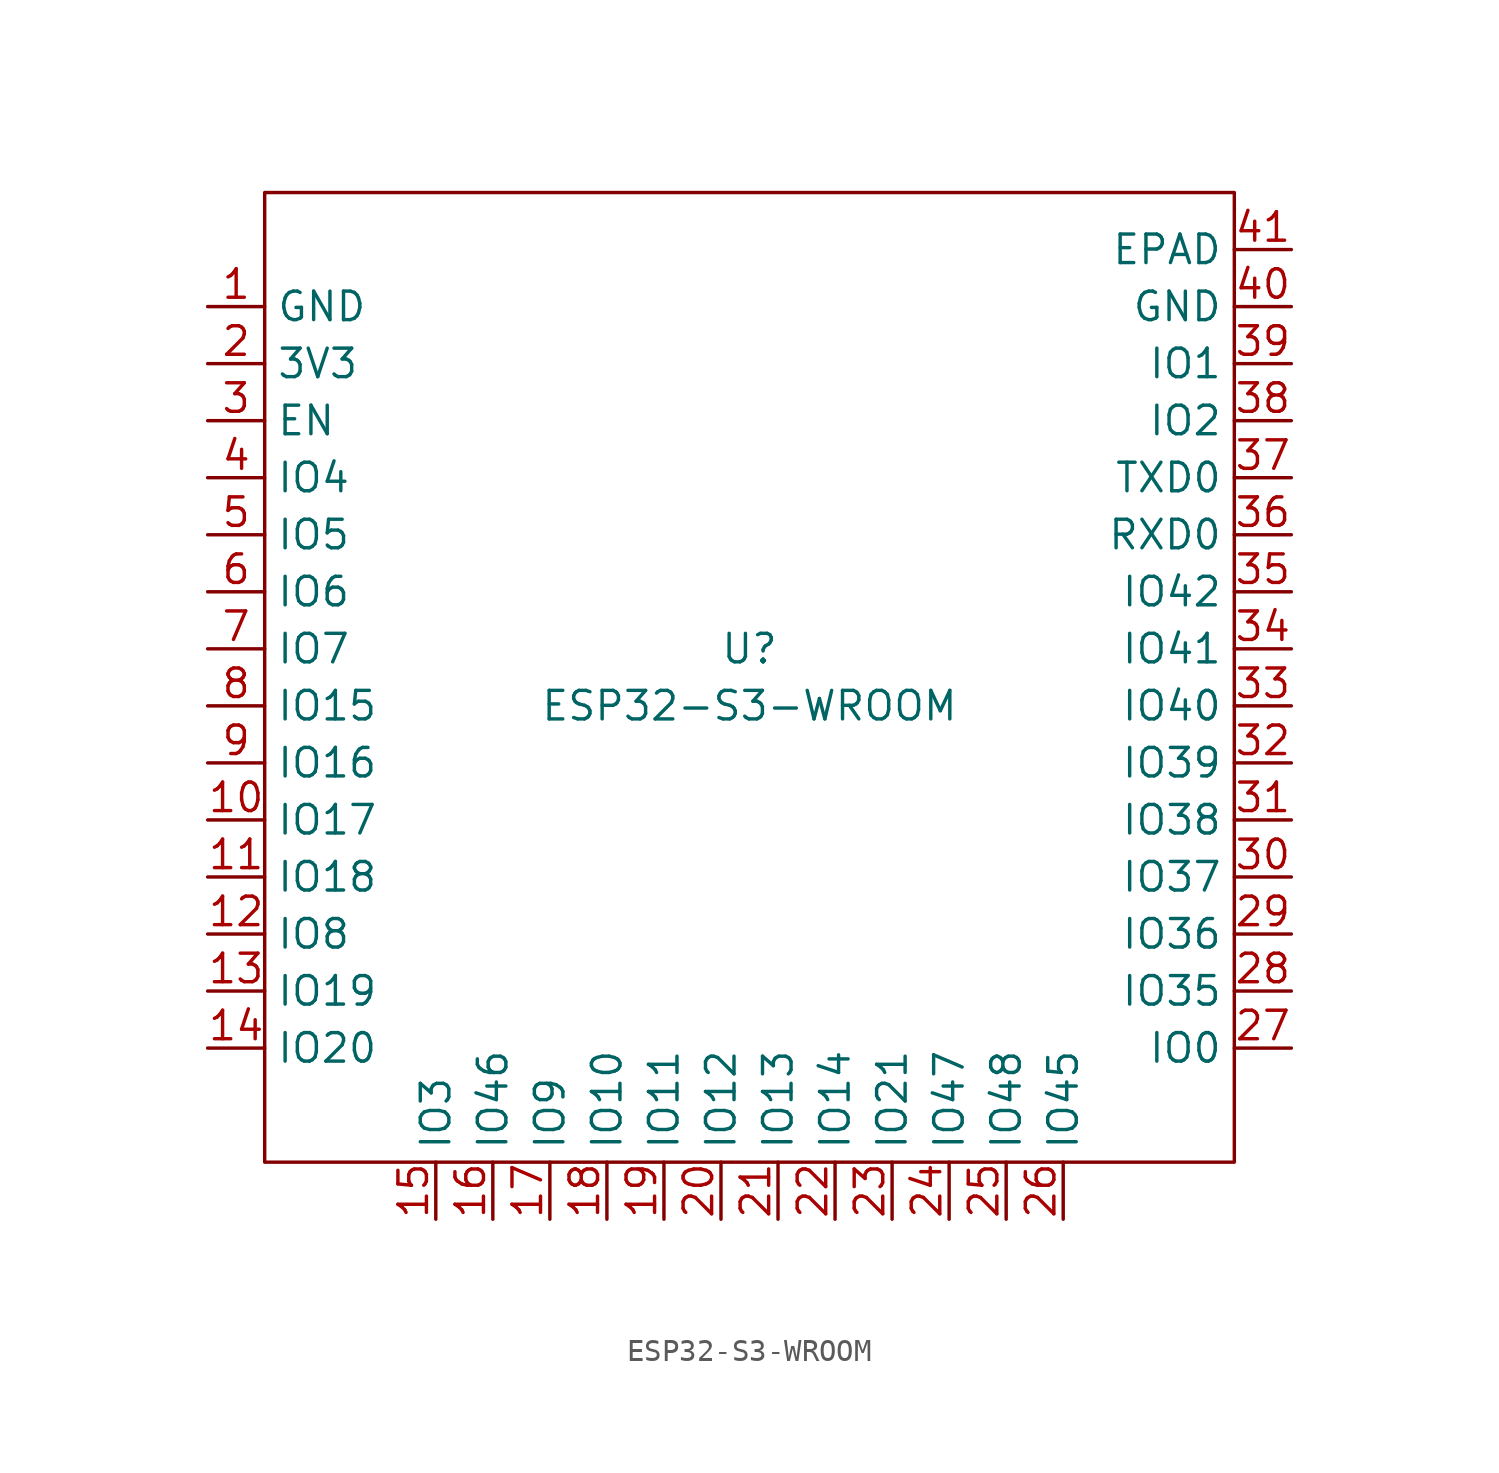
<source format=kicad_sym>
(kicad_symbol_lib
  (version 20211014)
  (generator kicad_symbol_editor)
  (symbol "ESP32-S3-WROOM"
    (property "Reference" "U"
      (at 0 1.27 0)
      (effects (font (size 1.27 1.27))))
    (property "Value" "ESP32-S3-WROOM"
      (at 0 -1.27 0)
      (effects (font (size 1.27 1.27))))
    (symbol "ESP32-S3-WROOM_0_0"
      (pin power_in line (at -24.13 16.51 0) (length 2.54) (name "GND" (effects (font (size 1.27 1.27)))) (number "1" (effects (font (size 1.27 1.27)))))
      (pin bidirectional line (at -24.13 -6.35 0) (length 2.54) (name "IO17" (effects (font (size 1.27 1.27)))) (number "10" (effects (font (size 1.27 1.27)))))
      (pin bidirectional line (at -24.13 -8.89 0) (length 2.54) (name "IO18" (effects (font (size 1.27 1.27)))) (number "11" (effects (font (size 1.27 1.27)))))
      (pin bidirectional line (at -24.13 -11.43 0) (length 2.54) (name "IO8" (effects (font (size 1.27 1.27)))) (number "12" (effects (font (size 1.27 1.27)))))
      (pin bidirectional line (at -24.13 -13.97 0) (length 2.54) (name "IO19" (effects (font (size 1.27 1.27)))) (number "13" (effects (font (size 1.27 1.27)))))
      (pin bidirectional line (at -24.13 -16.51 0) (length 2.54) (name "IO20" (effects (font (size 1.27 1.27)))) (number "14" (effects (font (size 1.27 1.27)))))
      (pin bidirectional line (at -13.97 -24.13 90) (length 2.54) (name "IO3" (effects (font (size 1.27 1.27)))) (number "15" (effects (font (size 1.27 1.27)))))
      (pin bidirectional line (at -11.43 -24.13 90) (length 2.54) (name "IO46" (effects (font (size 1.27 1.27)))) (number "16" (effects (font (size 1.27 1.27)))))
      (pin bidirectional line (at -8.89 -24.13 90) (length 2.54) (name "IO9" (effects (font (size 1.27 1.27)))) (number "17" (effects (font (size 1.27 1.27)))))
      (pin bidirectional line (at -6.35 -24.13 90) (length 2.54) (name "IO10" (effects (font (size 1.27 1.27)))) (number "18" (effects (font (size 1.27 1.27)))))
      (pin bidirectional line (at -3.81 -24.13 90) (length 2.54) (name "IO11" (effects (font (size 1.27 1.27)))) (number "19" (effects (font (size 1.27 1.27)))))
      (pin power_in line (at -24.13 13.97 0) (length 2.54) (name "3V3" (effects (font (size 1.27 1.27)))) (number "2" (effects (font (size 1.27 1.27)))))
      (pin bidirectional line (at -1.27 -24.13 90) (length 2.54) (name "IO12" (effects (font (size 1.27 1.27)))) (number "20" (effects (font (size 1.27 1.27)))))
      (pin bidirectional line (at 1.27 -24.13 90) (length 2.54) (name "IO13" (effects (font (size 1.27 1.27)))) (number "21" (effects (font (size 1.27 1.27)))))
      (pin bidirectional line (at 3.81 -24.13 90) (length 2.54) (name "IO14" (effects (font (size 1.27 1.27)))) (number "22" (effects (font (size 1.27 1.27)))))
      (pin bidirectional line (at 6.35 -24.13 90) (length 2.54) (name "IO21" (effects (font (size 1.27 1.27)))) (number "23" (effects (font (size 1.27 1.27)))))
      (pin bidirectional line (at 8.89 -24.13 90) (length 2.54) (name "IO47" (effects (font (size 1.27 1.27)))) (number "24" (effects (font (size 1.27 1.27)))))
      (pin bidirectional line (at 11.43 -24.13 90) (length 2.54) (name "IO48" (effects (font (size 1.27 1.27)))) (number "25" (effects (font (size 1.27 1.27)))))
      (pin bidirectional line (at 13.97 -24.13 90) (length 2.54) (name "IO45" (effects (font (size 1.27 1.27)))) (number "26" (effects (font (size 1.27 1.27)))))
      (pin bidirectional line (at 24.13 -16.51 180) (length 2.54) (name "IO0" (effects (font (size 1.27 1.27)))) (number "27" (effects (font (size 1.27 1.27)))))
      (pin bidirectional line (at 24.13 -13.97 180) (length 2.54) (name "IO35" (effects (font (size 1.27 1.27)))) (number "28" (effects (font (size 1.27 1.27)))))
      (pin bidirectional line (at 24.13 -11.43 180) (length 2.54) (name "IO36" (effects (font (size 1.27 1.27)))) (number "29" (effects (font (size 1.27 1.27)))))
      (pin input line (at -24.13 11.43 0) (length 2.54) (name "EN" (effects (font (size 1.27 1.27)))) (number "3" (effects (font (size 1.27 1.27)))))
      (pin bidirectional line (at 24.13 -8.89 180) (length 2.54) (name "IO37" (effects (font (size 1.27 1.27)))) (number "30" (effects (font (size 1.27 1.27)))))
      (pin bidirectional line (at 24.13 -6.35 180) (length 2.54) (name "IO38" (effects (font (size 1.27 1.27)))) (number "31" (effects (font (size 1.27 1.27)))))
      (pin bidirectional line (at 24.13 -3.81 180) (length 2.54) (name "IO39" (effects (font (size 1.27 1.27)))) (number "32" (effects (font (size 1.27 1.27)))))
      (pin bidirectional line (at 24.13 -1.27 180) (length 2.54) (name "IO40" (effects (font (size 1.27 1.27)))) (number "33" (effects (font (size 1.27 1.27)))))
      (pin bidirectional line (at 24.13 1.27 180) (length 2.54) (name "IO41" (effects (font (size 1.27 1.27)))) (number "34" (effects (font (size 1.27 1.27)))))
      (pin bidirectional line (at 24.13 3.81 180) (length 2.54) (name "IO42" (effects (font (size 1.27 1.27)))) (number "35" (effects (font (size 1.27 1.27)))))
      (pin bidirectional line (at 24.13 6.35 180) (length 2.54) (name "RXD0" (effects (font (size 1.27 1.27)))) (number "36" (effects (font (size 1.27 1.27)))))
      (pin bidirectional line (at 24.13 8.89 180) (length 2.54) (name "TXD0" (effects (font (size 1.27 1.27)))) (number "37" (effects (font (size 1.27 1.27)))))
      (pin bidirectional line (at 24.13 11.43 180) (length 2.54) (name "IO2" (effects (font (size 1.27 1.27)))) (number "38" (effects (font (size 1.27 1.27)))))
      (pin bidirectional line (at 24.13 13.97 180) (length 2.54) (name "IO1" (effects (font (size 1.27 1.27)))) (number "39" (effects (font (size 1.27 1.27)))))
      (pin bidirectional line (at -24.13 8.89 0) (length 2.54) (name "IO4" (effects (font (size 1.27 1.27)))) (number "4" (effects (font (size 1.27 1.27)))))
      (pin power_in line (at 24.13 16.51 180) (length 2.54) (name "GND" (effects (font (size 1.27 1.27)))) (number "40" (effects (font (size 1.27 1.27)))))
      (pin power_in line (at 24.13 19.05 180) (length 2.54) (name "EPAD" (effects (font (size 1.27 1.27)))) (number "41" (effects (font (size 1.27 1.27)))))
      (pin bidirectional line (at -24.13 6.35 0) (length 2.54) (name "IO5" (effects (font (size 1.27 1.27)))) (number "5" (effects (font (size 1.27 1.27)))))
      (pin bidirectional line (at -24.13 3.81 0) (length 2.54) (name "IO6" (effects (font (size 1.27 1.27)))) (number "6" (effects (font (size 1.27 1.27)))))
      (pin bidirectional line (at -24.13 1.27 0) (length 2.54) (name "IO7" (effects (font (size 1.27 1.27)))) (number "7" (effects (font (size 1.27 1.27)))))
      (pin bidirectional line (at -24.13 -1.27 0) (length 2.54) (name "IO15" (effects (font (size 1.27 1.27)))) (number "8" (effects (font (size 1.27 1.27)))))
      (pin bidirectional line (at -24.13 -3.81 0) (length 2.54) (name "IO16" (effects (font (size 1.27 1.27)))) (number "9" (effects (font (size 1.27 1.27))))))
    (symbol "ESP32-S3-WROOM_0_1"
      (rectangle (start -21.59 21.59) (end 21.59 -21.59) (stroke (width 0) (type default) (color 0 0 0 0)) (fill (type none))))))
</source>
